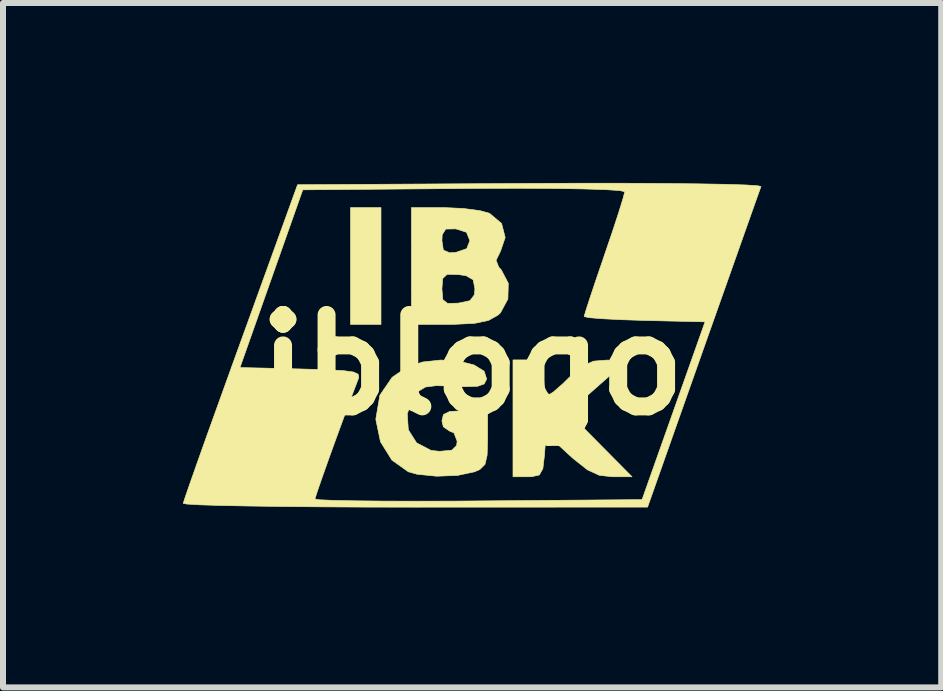
<source format=kicad_pcb>
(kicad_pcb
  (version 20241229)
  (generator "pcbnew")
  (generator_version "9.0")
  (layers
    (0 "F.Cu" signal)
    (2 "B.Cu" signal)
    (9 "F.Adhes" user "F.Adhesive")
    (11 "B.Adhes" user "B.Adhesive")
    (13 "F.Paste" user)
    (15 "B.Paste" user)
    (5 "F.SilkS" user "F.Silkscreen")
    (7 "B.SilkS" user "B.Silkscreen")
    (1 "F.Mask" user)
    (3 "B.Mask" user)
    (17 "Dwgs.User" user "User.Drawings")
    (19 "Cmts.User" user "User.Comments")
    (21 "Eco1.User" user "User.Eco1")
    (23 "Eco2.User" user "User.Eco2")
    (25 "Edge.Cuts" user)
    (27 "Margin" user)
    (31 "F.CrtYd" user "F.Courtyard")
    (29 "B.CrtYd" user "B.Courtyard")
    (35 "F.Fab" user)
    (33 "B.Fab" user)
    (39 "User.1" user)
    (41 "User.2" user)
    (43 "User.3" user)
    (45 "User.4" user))
  (footprint "iblogo"
    (layer "F.Cu")
    (at 4.826 3.036)
    (property "Reference" "iblogo" (at 0 0 0) (layer "F.SilkS") (effects (font (size 1.524 1.524) (thickness 0.3))))
    (attr through_hole)
    (fp_poly (pts (xy -1.524 -0.677) (xy -2.032 -0.677) (xy -2.032 -2.625) (xy -1.524 -2.625) (xy -1.524 -0.677)) (stroke (width 0.01) (type solid)) (fill yes) (layer "F.SilkS"))
    (fp_poly (pts (xy 1.102 -0.068) (xy 1.172 0.016) (xy 1.185 0.212) (xy 1.202 0.408) (xy 1.244 0.505) (xy 1.253 0.508) (xy 1.347 0.452) (xy 1.51 0.31) (xy 1.609 0.212) (xy 1.824 0.02) (xy 2.022 -0.065) (xy 2.239 -0.082) (xy 2.582 -0.079) (xy 1.598 0.789) (xy 2.13 1.326) (xy 2.662 1.863) (xy 2.335 1.863) (xy 2.117 1.839) (xy 1.919 1.748) (xy 1.684 1.562) (xy 1.618 1.503) (xy 1.228 1.143) (xy 1.202 1.503) (xy 1.175 1.729) (xy 1.116 1.833) (xy 0.989 1.862) (xy 0.926 1.863) (xy 0.677 1.863) (xy 0.677 -0.085) (xy 0.931 -0.085) (xy 1.102 -0.068)) (stroke (width 0.01) (type solid)) (fill yes) (layer "F.SilkS"))
    (fp_poly (pts (xy -0.226 -0.065) (xy 0.028 -0.001) (xy 0.196 0.103) (xy 0.238 0.233) (xy 0.197 0.315) (xy 0.089 0.354) (xy -0.126 0.361) (xy -0.309 0.353) (xy -0.604 0.344) (xy -0.783 0.367) (xy -0.894 0.434) (xy -0.964 0.52) (xy -1.086 0.807) (xy -1.068 1.08) (xy -0.93 1.298) (xy -0.688 1.424) (xy -0.546 1.439) (xy -0.343 1.42) (xy -0.263 1.343) (xy -0.254 1.27) (xy -0.307 1.132) (xy -0.381 1.101) (xy -0.484 1.03) (xy -0.508 0.931) (xy -0.483 0.826) (xy -0.38 0.775) (xy -0.154 0.762) (xy -0.127 0.762) (xy 0.254 0.762) (xy 0.254 1.23) (xy 0.246 1.503) (xy 0.21 1.657) (xy 0.125 1.741) (xy 0.037 1.78) (xy -0.245 1.84) (xy -0.594 1.854) (xy -0.922 1.821) (xy -1.068 1.78) (xy -1.342 1.585) (xy -1.532 1.28) (xy -1.608 0.917) (xy -1.609 0.896) (xy -1.542 0.503) (xy -1.338 0.205) (xy -1.1 0.042) (xy -0.832 -0.05) (xy -0.527 -0.083) (xy -0.226 -0.065)) (stroke (width 0.01) (type solid)) (fill yes) (layer "F.SilkS"))
    (fp_poly (pts (xy -0.148 -2.61) (xy 0.134 -2.572) (xy 0.285 -2.53) (xy 0.487 -2.36) (xy 0.547 -2.126) (xy 0.469 -1.898) (xy 0.395 -1.746) (xy 0.44 -1.632) (xy 0.482 -1.586) (xy 0.599 -1.363) (xy 0.592 -1.1) (xy 0.467 -0.869) (xy 0.425 -0.831) (xy 0.267 -0.743) (xy 0.037 -0.695) (xy -0.308 -0.678) (xy -0.39 -0.677) (xy -1.016 -0.677) (xy -1.016 -1.27) (xy -0.508 -1.27) (xy -0.493 -1.09) (xy -0.413 -1.027) (xy -0.233 -1.032) (xy -0.04 -1.073) (xy 0.034 -1.172) (xy 0.042 -1.27) (xy 0.013 -1.421) (xy -0.106 -1.49) (xy -0.233 -1.508) (xy -0.421 -1.512) (xy -0.495 -1.442) (xy -0.508 -1.27) (xy -1.016 -1.27) (xy -1.016 -2.074) (xy -0.508 -2.074) (xy -0.484 -1.916) (xy -0.378 -1.871) (xy -0.275 -1.878) (xy -0.094 -1.94) (xy -0.042 -2.074) (xy -0.098 -2.213) (xy -0.275 -2.27) (xy -0.444 -2.267) (xy -0.503 -2.172) (xy -0.508 -2.074) (xy -1.016 -2.074) (xy -1.016 -2.625) (xy -0.47 -2.625) (xy -0.148 -2.61)) (stroke (width 0.01) (type solid)) (fill yes) (layer "F.SilkS"))
    (fp_poly (pts (xy 2.514 -3.031) (xy 3.182 -3.027) (xy 3.757 -3.021) (xy 4.223 -3.013) (xy 4.564 -3.002) (xy 4.764 -2.988) (xy 4.812 -2.976) (xy 4.778 -2.882) (xy 4.694 -2.646) (xy 4.568 -2.29) (xy 4.406 -1.832) (xy 4.215 -1.292) (xy 4.001 -0.688) (xy 3.852 -0.267) (xy 2.921 2.369) (xy -0.953 2.37) (xy -1.744 2.369) (xy -2.481 2.365) (xy -3.146 2.359) (xy -3.724 2.351) (xy -4.197 2.342) (xy -4.548 2.331) (xy -4.761 2.318) (xy -4.821 2.307) (xy -4.792 2.215) (xy -4.712 1.983) (xy -4.588 1.63) (xy -4.426 1.175) (xy -4.233 0.638) (xy -4.018 0.042) (xy -3.875 0.042) (xy -2.861 0.066) (xy -2.433 0.078) (xy -2.148 0.094) (xy -1.98 0.117) (xy -1.905 0.153) (xy -1.894 0.207) (xy -1.904 0.236) (xy -2.005 0.5) (xy -2.128 0.832) (xy -2.261 1.194) (xy -2.39 1.551) (xy -2.502 1.866) (xy -2.584 2.103) (xy -2.623 2.226) (xy -2.625 2.234) (xy -2.543 2.247) (xy -2.313 2.257) (xy -1.953 2.264) (xy -1.483 2.269) (xy -0.924 2.27) (xy -0.296 2.269) (xy 0.102 2.266) (xy 2.829 2.244) (xy 3.354 0.762) (xy 3.879 -0.72) (xy 2.871 -0.743) (xy 2.48 -0.756) (xy 2.16 -0.772) (xy 1.943 -0.79) (xy 1.863 -0.808) (xy 1.863 -0.808) (xy 1.889 -0.899) (xy 1.96 -1.118) (xy 2.065 -1.432) (xy 2.194 -1.809) (xy 2.201 -1.831) (xy 2.332 -2.215) (xy 2.439 -2.541) (xy 2.512 -2.777) (xy 2.54 -2.888) (xy 2.54 -2.889) (xy 2.458 -2.909) (xy 2.223 -2.924) (xy 1.853 -2.936) (xy 1.362 -2.944) (xy 0.769 -2.947) (xy 0.089 -2.945) (xy -0.144 -2.943) (xy -2.828 -2.921) (xy -3.875 0.042) (xy -4.018 0.042) (xy -4.017 0.038) (xy -3.865 -0.381) (xy -2.915 -3.006) (xy 0.963 -3.028) (xy 1.769 -3.031) (xy 2.514 -3.031)) (stroke (width 0.01) (type solid)) (fill yes) (layer "F.SilkS")))
  (gr_rect
    (start -3 -3)
    (end 12.643 8.411)
    (stroke (width 0.1) (type default))
    (fill no)
    (layer "Edge.Cuts")))
</source>
